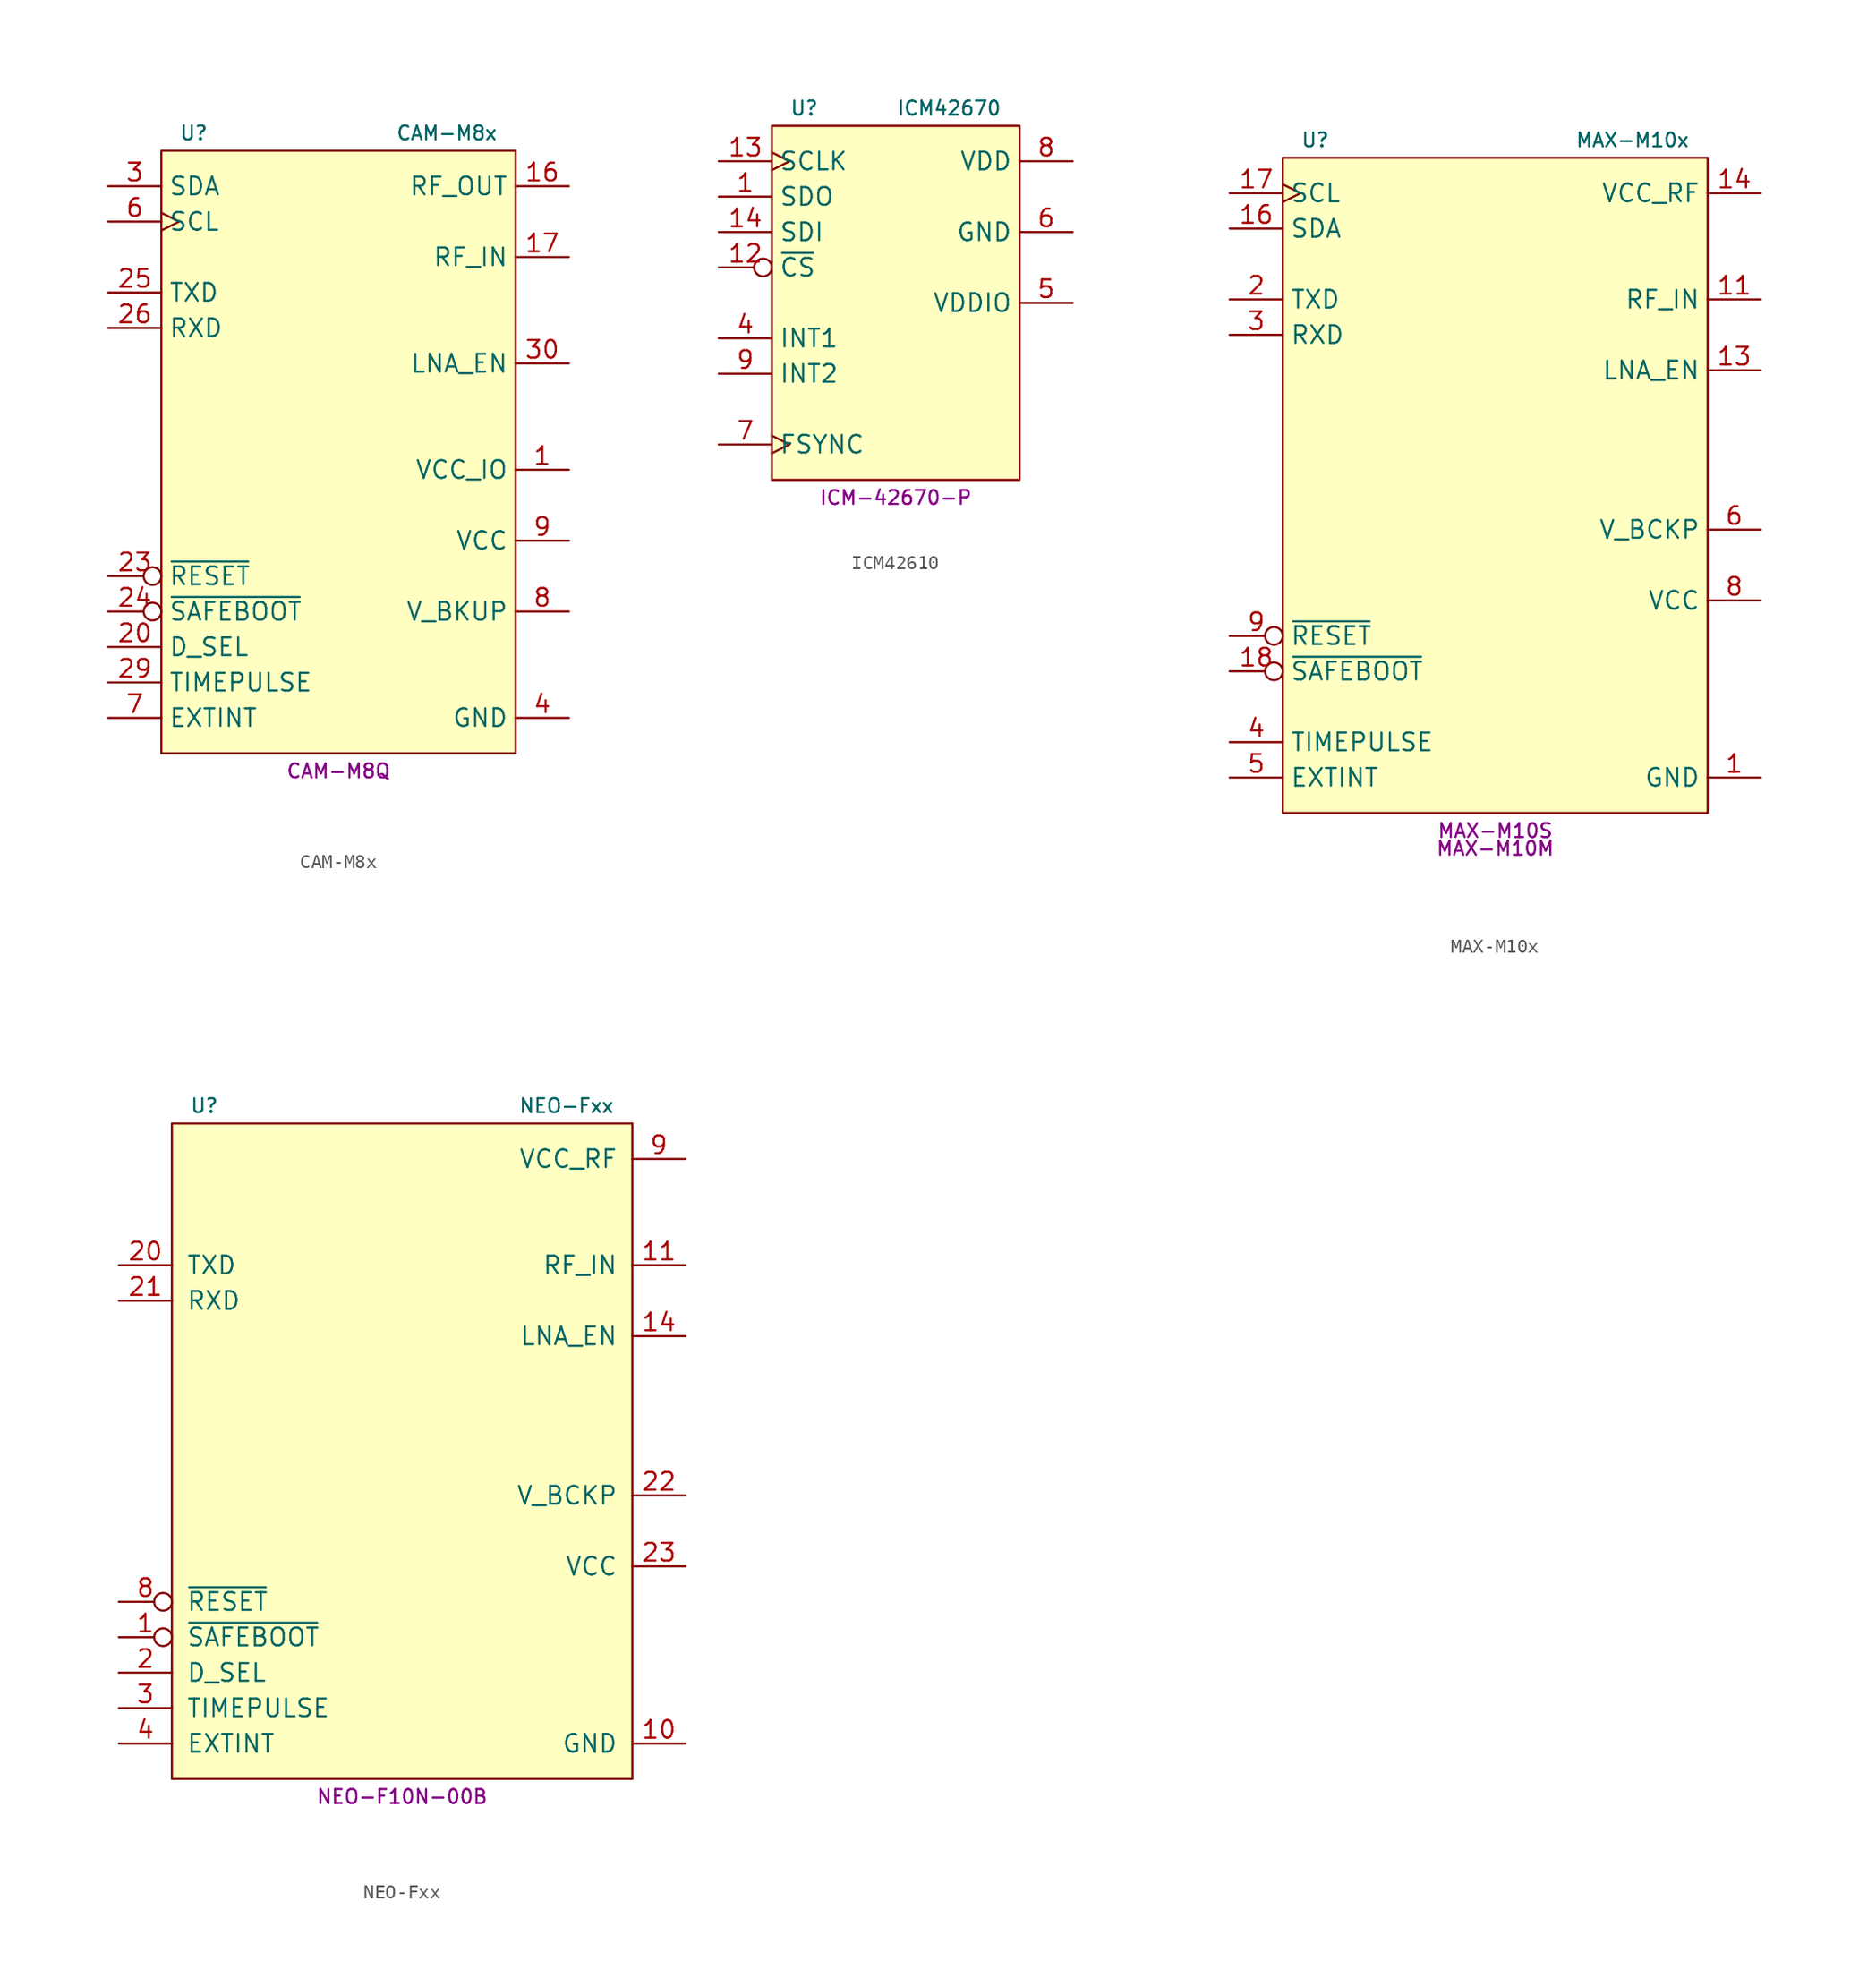
<source format=kicad_sym>
(kicad_symbol_lib
  (version 20231120)
  (generator "kicad_symbol_editor")
  (generator_version "8.0")
  (symbol "CAM-M8x"
    (property "Reference" "U"
      (at -11.43 22.86 0)
      (do_not_autoplace)
      (effects (font (size 1 1)) (justify left)))
    (property "Value" "CAM-M8x"
      (at 11.43 22.86 0)
      (do_not_autoplace)
      (effects (font (size 1 1)) (justify right)))
    (property "MPN" "CAM-M8Q"
      (at 0 -22.86 0)
      (do_not_autoplace)
      (effects (font (size 1 1))))
    (symbol "CAM-M8x_0_1"
      (rectangle (start -12.7 21.59) (end 12.7 -21.59) (stroke (width 0) (type default)) (fill (type background))))
    (symbol "CAM-M8x_1_1"
      (pin power_in line (at 16.51 -1.27 180) (length 3.81) (name "VCC_IO" (effects (font (size 1.27 1.27)))) (number "1" (effects (font (size 1.27 1.27)))))
      (pin passive line (at 16.51 -19.05 180) (length 3.81) hide (name "GND" (effects (font (size 1.27 1.27)))) (number "10" (effects (font (size 1.27 1.27)))))
      (pin passive line (at 16.51 -19.05 180) (length 3.81) hide (name "GND" (effects (font (size 1.27 1.27)))) (number "11" (effects (font (size 1.27 1.27)))))
      (pin passive line (at 16.51 -19.05 180) (length 3.81) hide (name "GND" (effects (font (size 1.27 1.27)))) (number "12" (effects (font (size 1.27 1.27)))))
      (pin passive line (at 16.51 -19.05 180) (length 3.81) hide (name "GND" (effects (font (size 1.27 1.27)))) (number "13" (effects (font (size 1.27 1.27)))))
      (pin passive line (at 16.51 -19.05 180) (length 3.81) hide (name "GND" (effects (font (size 1.27 1.27)))) (number "14" (effects (font (size 1.27 1.27)))))
      (pin passive line (at 16.51 -19.05 180) (length 3.81) hide (name "GND" (effects (font (size 1.27 1.27)))) (number "15" (effects (font (size 1.27 1.27)))))
      (pin output line (at 16.51 19.05 180) (length 3.81) (name "RF_OUT" (effects (font (size 1.27 1.27)))) (number "16" (effects (font (size 1.27 1.27)))))
      (pin input line (at 16.51 13.97 180) (length 3.81) (name "RF_IN" (effects (font (size 1.27 1.27)))) (number "17" (effects (font (size 1.27 1.27)))))
      (pin passive line (at 16.51 -19.05 180) (length 3.81) hide (name "GND" (effects (font (size 1.27 1.27)))) (number "18" (effects (font (size 1.27 1.27)))))
      (pin passive line (at 16.51 -19.05 180) (length 3.81) hide (name "GND" (effects (font (size 1.27 1.27)))) (number "19" (effects (font (size 1.27 1.27)))))
      (pin input line (at -16.51 -13.97 0) (length 3.81) (name "D_SEL" (effects (font (size 1.27 1.27)))) (number "20" (effects (font (size 1.27 1.27)))))
      (pin passive line (at 16.51 -19.05 180) (length 3.81) hide (name "GND" (effects (font (size 1.27 1.27)))) (number "21" (effects (font (size 1.27 1.27)))))
      (pin passive line (at 16.51 -19.05 180) (length 3.81) hide (name "GND" (effects (font (size 1.27 1.27)))) (number "22" (effects (font (size 1.27 1.27)))))
      (pin input inverted (at -16.51 -8.89 0) (length 3.81) (name "~{RESET}" (effects (font (size 1.27 1.27)))) (number "23" (effects (font (size 1.27 1.27)))))
      (pin input inverted (at -16.51 -11.43 0) (length 3.81) (name "~{SAFEBOOT}" (effects (font (size 1.27 1.27)))) (number "24" (effects (font (size 1.27 1.27)))))
      (pin output line (at -16.51 11.43 0) (length 3.81) (name "TXD" (effects (font (size 1.27 1.27)))) (number "25" (effects (font (size 1.27 1.27)))) (alternate "MISO" output line))
      (pin input line (at -16.51 8.89 0) (length 3.81) (name "RXD" (effects (font (size 1.27 1.27)))) (number "26" (effects (font (size 1.27 1.27)))) (alternate "MOSI" input line))
      (pin passive line (at 16.51 -19.05 180) (length 3.81) hide (name "GND" (effects (font (size 1.27 1.27)))) (number "27" (effects (font (size 1.27 1.27)))))
      (pin output line (at -16.51 -16.51 0) (length 3.81) (name "TIMEPULSE" (effects (font (size 1.27 1.27)))) (number "29" (effects (font (size 1.27 1.27)))))
      (pin open_collector line (at -16.51 19.05 0) (length 3.81) (name "SDA" (effects (font (size 1.27 1.27)))) (number "3" (effects (font (size 1.27 1.27)))) (alternate "~{CS}" input inverted))
      (pin input line (at 16.51 6.35 180) (length 3.81) (name "LNA_EN" (effects (font (size 1.27 1.27)))) (number "30" (effects (font (size 1.27 1.27)))))
      (pin passive line (at 16.51 -19.05 180) (length 3.81) hide (name "GND" (effects (font (size 1.27 1.27)))) (number "31" (effects (font (size 1.27 1.27)))))
      (pin power_in line (at 16.51 -19.05 180) (length 3.81) (name "GND" (effects (font (size 1.27 1.27)))) (number "4" (effects (font (size 1.27 1.27)))))
      (pin passive line (at 16.51 -19.05 180) (length 3.81) hide (name "GND" (effects (font (size 1.27 1.27)))) (number "5" (effects (font (size 1.27 1.27)))))
      (pin open_collector clock (at -16.51 16.51 0) (length 3.81) (name "SCL" (effects (font (size 1.27 1.27)))) (number "6" (effects (font (size 1.27 1.27)))) (alternate "SCK" input clock))
      (pin bidirectional line (at -16.51 -19.05 0) (length 3.81) (name "EXTINT" (effects (font (size 1.27 1.27)))) (number "7" (effects (font (size 1.27 1.27)))))
      (pin power_in line (at 16.51 -11.43 180) (length 3.81) (name "V_BKUP" (effects (font (size 1.27 1.27)))) (number "8" (effects (font (size 1.27 1.27)))))
      (pin power_in line (at 16.51 -6.35 180) (length 3.81) (name "VCC" (effects (font (size 1.27 1.27)))) (number "9" (effects (font (size 1.27 1.27)))))))
  (symbol "ICM42610"
    (property "Reference" "U"
      (at -7.62 11.43 0)
      (do_not_autoplace)
      (effects (font (size 1 1)) (justify left)))
    (property "Value" "ICM42670"
      (at 7.62 11.43 0)
      (do_not_autoplace)
      (effects (font (size 1 1)) (justify right)))
    (property "MPN" "ICM-42670-P"
      (at 0 -16.51 0)
      (do_not_autoplace)
      (effects (font (size 1 1))))
    (symbol "ICM42610_1_1"
      (rectangle (start -8.89 10.16) (end 8.89 -15.24) (stroke (width 0) (type default)) (fill (type background)))
      (pin output line (at -12.7 5.08 0) (length 3.81) (name "SDO" (effects (font (size 1.27 1.27)))) (number "1" (effects (font (size 1.27 1.27)))) (alternate "AD0" input line))
      (pin input inverted (at -12.7 0 0) (length 3.81) (name "~{CS}" (effects (font (size 1.27 1.27)))) (number "12" (effects (font (size 1.27 1.27)))))
      (pin input clock (at -12.7 7.62 0) (length 3.81) (name "SCLK" (effects (font (size 1.27 1.27)))) (number "13" (effects (font (size 1.27 1.27)))) (alternate "SCL" open_collector clock))
      (pin input line (at -12.7 2.54 0) (length 3.81) (name "SDI" (effects (font (size 1.27 1.27)))) (number "14" (effects (font (size 1.27 1.27)))) (alternate "SDA" open_collector line) (alternate "SDIO" bidirectional line))
      (pin output line (at -12.7 -5.08 0) (length 3.81) (name "INT1" (effects (font (size 1.27 1.27)))) (number "4" (effects (font (size 1.27 1.27)))) (alternate "INT" output line))
      (pin power_in line (at 12.7 -2.54 180) (length 3.81) (name "VDDIO" (effects (font (size 1.27 1.27)))) (number "5" (effects (font (size 1.27 1.27)))))
      (pin power_in line (at 12.7 2.54 180) (length 3.81) (name "GND" (effects (font (size 1.27 1.27)))) (number "6" (effects (font (size 1.27 1.27)))))
      (pin input clock (at -12.7 -12.7 0) (length 3.81) (name "FSYNC" (effects (font (size 1.27 1.27)))) (number "7" (effects (font (size 1.27 1.27)))))
      (pin power_in line (at 12.7 7.62 180) (length 3.81) (name "VDD" (effects (font (size 1.27 1.27)))) (number "8" (effects (font (size 1.27 1.27)))))
      (pin output line (at -12.7 -7.62 0) (length 3.81) (name "INT2" (effects (font (size 1.27 1.27)))) (number "9" (effects (font (size 1.27 1.27)))))))
  (symbol "MAX-M10x"
    (property "Reference" "U"
      (at -13.97 24.13 0)
      (do_not_autoplace)
      (effects (font (size 1 1)) (justify left)))
    (property "Value" "MAX-M10x"
      (at 13.97 24.13 0)
      (do_not_autoplace)
      (effects (font (size 1 1)) (justify right)))
    (property "MPN" "MAX-M10S"
      (at 0 -25.4 0)
      (do_not_autoplace)
      (effects (font (size 1 1))))
    (property "MPN2" "MAX-M10M"
      (at 0 -26.67 0)
      (do_not_autoplace)
      (effects (font (size 1 1))))
    (symbol "MAX-M10x_0_1"
      (rectangle (start -15.24 22.86) (end 15.24 -24.13) (stroke (width 0.152) (type default)) (fill (type background))))
    (symbol "MAX-M10x_1_1"
      (pin power_in line (at 19.05 -21.59 180) (length 3.81) (name "GND" (effects (font (size 1.27 1.27)))) (number "1" (effects (font (size 1.27 1.27)))))
      (pin passive line (at 19.05 -21.59 180) (length 3.81) hide (name "GND" (effects (font (size 1.27 1.27)))) (number "10" (effects (font (size 1.27 1.27)))))
      (pin input line (at 19.05 12.7 180) (length 3.81) (name "RF_IN" (effects (font (size 1.27 1.27)))) (number "11" (effects (font (size 1.27 1.27)))))
      (pin passive line (at 19.05 -21.59 180) (length 3.81) hide (name "GND" (effects (font (size 1.27 1.27)))) (number "12" (effects (font (size 1.27 1.27)))))
      (pin output line (at 19.05 7.62 180) (length 3.81) (name "LNA_EN" (effects (font (size 1.27 1.27)))) (number "13" (effects (font (size 1.27 1.27)))))
      (pin power_out line (at 19.05 20.32 180) (length 3.81) (name "VCC_RF" (effects (font (size 1.27 1.27)))) (number "14" (effects (font (size 1.27 1.27)))))
      (pin open_collector line (at -19.05 17.78 0) (length 3.81) (name "SDA" (effects (font (size 1.27 1.27)))) (number "16" (effects (font (size 1.27 1.27)))))
      (pin open_collector clock (at -19.05 20.32 0) (length 3.81) (name "SCL" (effects (font (size 1.27 1.27)))) (number "17" (effects (font (size 1.27 1.27)))))
      (pin input inverted (at -19.05 -13.97 0) (length 3.81) (name "~{SAFEBOOT}" (effects (font (size 1.27 1.27)))) (number "18" (effects (font (size 1.27 1.27)))))
      (pin output line (at -19.05 12.7 0) (length 3.81) (name "TXD" (effects (font (size 1.27 1.27)))) (number "2" (effects (font (size 1.27 1.27)))))
      (pin input line (at -19.05 10.16 0) (length 3.81) (name "RXD" (effects (font (size 1.27 1.27)))) (number "3" (effects (font (size 1.27 1.27)))))
      (pin output line (at -19.05 -19.05 0) (length 3.81) (name "TIMEPULSE" (effects (font (size 1.27 1.27)))) (number "4" (effects (font (size 1.27 1.27)))))
      (pin input line (at -19.05 -21.59 0) (length 3.81) (name "EXTINT" (effects (font (size 1.27 1.27)))) (number "5" (effects (font (size 1.27 1.27)))))
      (pin power_in line (at 19.05 -3.81 180) (length 3.81) (name "V_BCKP" (effects (font (size 1.27 1.27)))) (number "6" (effects (font (size 1.27 1.27)))))
      (pin power_in line (at 19.05 -8.89 180) (length 3.81) (name "VCC" (effects (font (size 1.27 1.27)))) (number "8" (effects (font (size 1.27 1.27)))))
      (pin input inverted (at -19.05 -11.43 0) (length 3.81) (name "~{RESET}" (effects (font (size 1.27 1.27)))) (number "9" (effects (font (size 1.27 1.27)))))))
  (symbol "NEO-Fxx"
    (pin_names
      (offset 1.016))
    (property "Reference" "U"
      (at -15.24 25.4 0)
      (do_not_autoplace)
      (effects (font (size 1 1)) (justify left)))
    (property "Value" "NEO-Fxx"
      (at 15.24 25.4 0)
      (do_not_autoplace)
      (effects (font (size 1 1)) (justify right)))
    (property "MPN" "NEO-F10N-00B"
      (at 0 -24.13 0)
      (do_not_autoplace)
      (effects (font (size 1 1))))
    (symbol "NEO-Fxx_1_1"
      (rectangle (start -16.51 24.13) (end 16.51 -22.86) (stroke (width 0) (type default)) (fill (type background)))
      (pin input inverted (at -20.32 -12.7 0) (length 3.81) (name "~{SAFEBOOT}" (effects (font (size 1.27 1.27)))) (number "1" (effects (font (size 1.27 1.27)))))
      (pin power_in line (at 20.32 -20.32 180) (length 3.81) (name "GND" (effects (font (size 1.27 1.27)))) (number "10" (effects (font (size 1.27 1.27)))))
      (pin input line (at 20.32 13.97 180) (length 3.81) (name "RF_IN" (effects (font (size 1.27 1.27)))) (number "11" (effects (font (size 1.27 1.27)))))
      (pin passive line (at 20.32 -20.32 180) (length 3.81) hide (name "GND" (effects (font (size 1.27 1.27)))) (number "12" (effects (font (size 1.27 1.27)))))
      (pin passive line (at 20.32 -20.32 180) (length 3.81) hide (name "GND" (effects (font (size 1.27 1.27)))) (number "13" (effects (font (size 1.27 1.27)))))
      (pin output line (at 20.32 8.89 180) (length 3.81) (name "LNA_EN" (effects (font (size 1.27 1.27)))) (number "14" (effects (font (size 1.27 1.27)))))
      (pin input line (at -20.32 -15.24 0) (length 3.81) (name "D_SEL" (effects (font (size 1.27 1.27)))) (number "2" (effects (font (size 1.27 1.27)))))
      (pin output line (at -20.32 13.97 0) (length 3.81) (name "TXD" (effects (font (size 1.27 1.27)))) (number "20" (effects (font (size 1.27 1.27)))) (alternate "MISO" output line))
      (pin input line (at -20.32 11.43 0) (length 3.81) (name "RXD" (effects (font (size 1.27 1.27)))) (number "21" (effects (font (size 1.27 1.27)))) (alternate "MOSI" input line))
      (pin power_in line (at 20.32 -2.54 180) (length 3.81) (name "V_BCKP" (effects (font (size 1.27 1.27)))) (number "22" (effects (font (size 1.27 1.27)))))
      (pin power_in line (at 20.32 -7.62 180) (length 3.81) (name "VCC" (effects (font (size 1.27 1.27)))) (number "23" (effects (font (size 1.27 1.27)))))
      (pin passive line (at 20.32 -20.32 180) (length 3.81) hide (name "GND" (effects (font (size 1.27 1.27)))) (number "24" (effects (font (size 1.27 1.27)))))
      (pin output line (at -20.32 -17.78 0) (length 3.81) (name "TIMEPULSE" (effects (font (size 1.27 1.27)))) (number "3" (effects (font (size 1.27 1.27)))))
      (pin input line (at -20.32 -20.32 0) (length 3.81) (name "EXTINT" (effects (font (size 1.27 1.27)))) (number "4" (effects (font (size 1.27 1.27)))))
      (pin input inverted (at -20.32 -10.16 0) (length 3.81) (name "~{RESET}" (effects (font (size 1.27 1.27)))) (number "8" (effects (font (size 1.27 1.27)))))
      (pin power_out line (at 20.32 21.59 180) (length 3.81) (name "VCC_RF" (effects (font (size 1.27 1.27)))) (number "9" (effects (font (size 1.27 1.27))))))))
</source>
